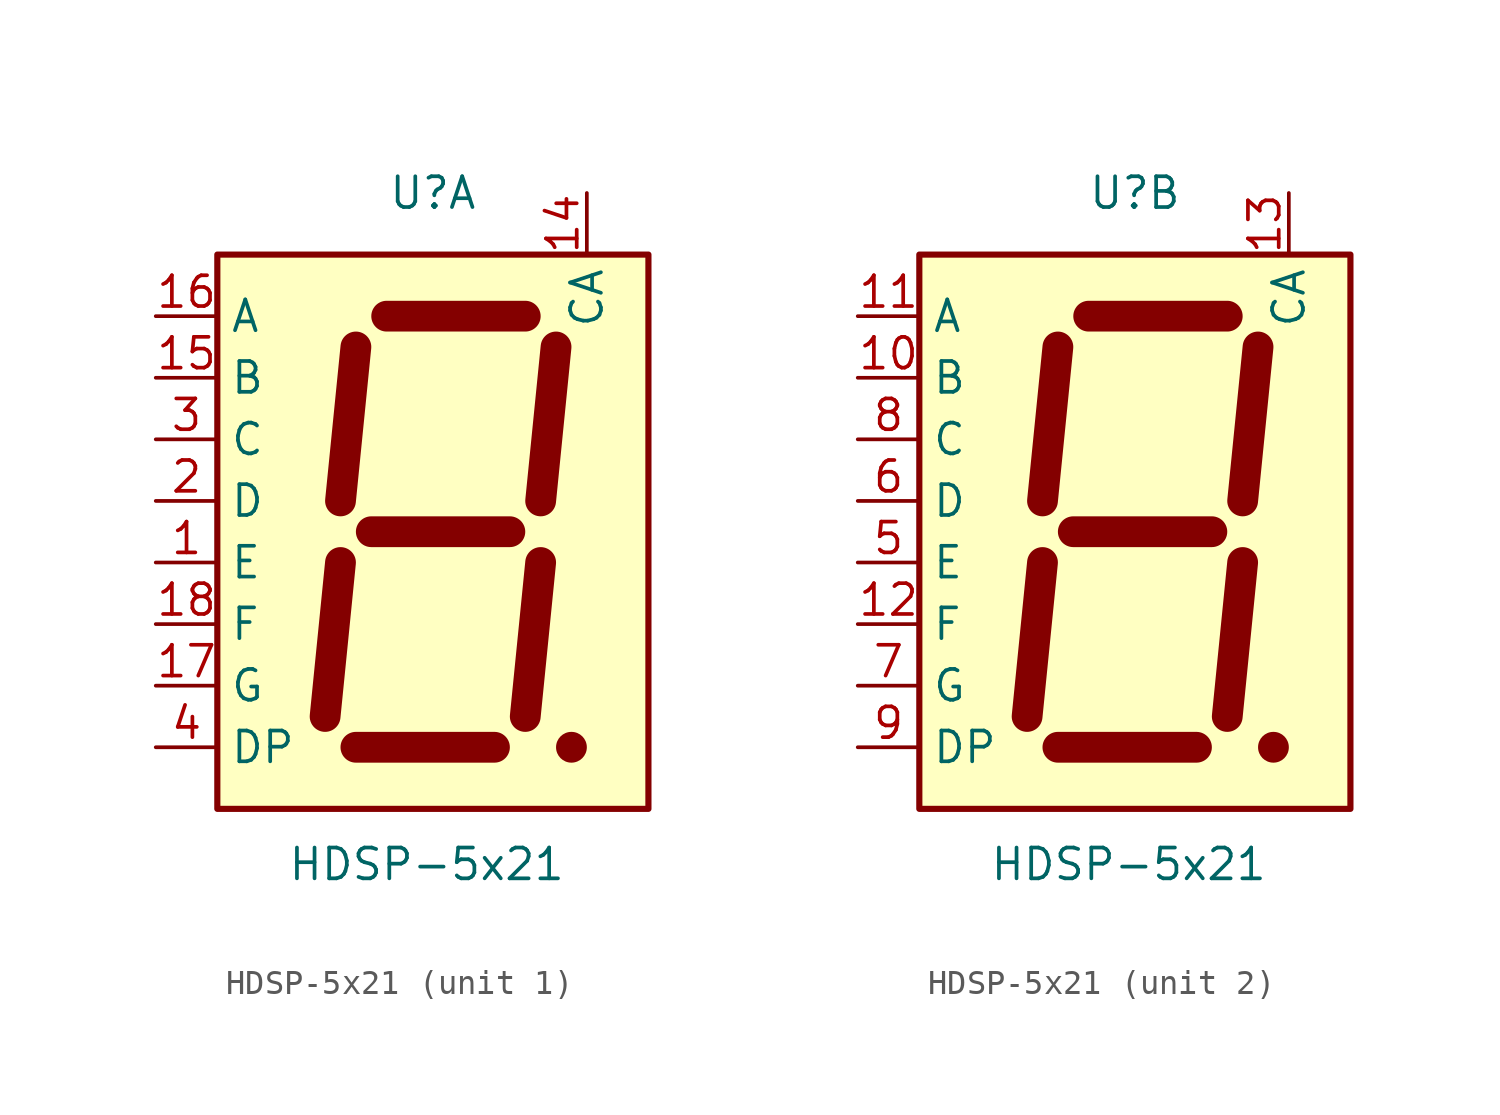
<source format=kicad_sym>
(kicad_symbol_lib
  (version 20231120)
  (generator "kicad_symbol_editor")
  (generator_version "8.0")
  (symbol "HDSP-5x21"
    (property "Reference" "U"
      (at 0 13.97 0)
      (effects (font (size 1.27 1.27))))
    (property "Value" "HDSP-5x21"
      (at -0.254 -13.716 0)
      (effects (font (size 1.27 1.27))))
    (symbol "HDSP-5x21_0_1"
      (rectangle (start -8.89 11.43) (end 8.89 -11.43) (stroke (width 0.254) (type default)) (fill (type background))))
    (symbol "HDSP-5x21_1_1"
      (polyline (pts (xy -4.445 -7.62) (xy -3.81 -1.27)) (stroke (width 1.27) (type default)) (fill (type none)))
      (polyline (pts (xy -3.81 1.27) (xy -3.175 7.62)) (stroke (width 1.27) (type default)) (fill (type none)))
      (polyline (pts (xy 2.54 -8.89) (xy -3.175 -8.89)) (stroke (width 1.27) (type default)) (fill (type none)))
      (polyline (pts (xy 3.175 0) (xy -2.54 0)) (stroke (width 1.27) (type default)) (fill (type none)))
      (polyline (pts (xy 3.81 -7.62) (xy 4.445 -1.27)) (stroke (width 1.27) (type default)) (fill (type none)))
      (polyline (pts (xy 3.81 8.89) (xy -1.905 8.89)) (stroke (width 1.27) (type default)) (fill (type none)))
      (polyline (pts (xy 4.445 1.27) (xy 5.08 7.62)) (stroke (width 1.27) (type default)) (fill (type none)))
      (circle (center 5.715 -8.89) (radius 0.635) (stroke (width -0.0001) (type default)) (fill (type outline)))
      (pin input line (at -11.43 -1.27 0) (length 2.54) (name "E" (effects (font (size 1.27 1.27)))) (number "1" (effects (font (size 1.27 1.27)))))
      (pin input line (at 6.35 13.97 270) (length 2.54) (name "CA" (effects (font (size 1.27 1.27)))) (number "14" (effects (font (size 1.27 1.27)))))
      (pin input line (at -11.43 6.35 0) (length 2.54) (name "B" (effects (font (size 1.27 1.27)))) (number "15" (effects (font (size 1.27 1.27)))))
      (pin input line (at -11.43 8.89 0) (length 2.54) (name "A" (effects (font (size 1.27 1.27)))) (number "16" (effects (font (size 1.27 1.27)))))
      (pin input line (at -11.43 -6.35 0) (length 2.54) (name "G" (effects (font (size 1.27 1.27)))) (number "17" (effects (font (size 1.27 1.27)))))
      (pin input line (at -11.43 -3.81 0) (length 2.54) (name "F" (effects (font (size 1.27 1.27)))) (number "18" (effects (font (size 1.27 1.27)))))
      (pin input line (at -11.43 1.27 0) (length 2.54) (name "D" (effects (font (size 1.27 1.27)))) (number "2" (effects (font (size 1.27 1.27)))))
      (pin input line (at -11.43 3.81 0) (length 2.54) (name "C" (effects (font (size 1.27 1.27)))) (number "3" (effects (font (size 1.27 1.27)))))
      (pin input line (at -11.43 -8.89 0) (length 2.54) (name "DP" (effects (font (size 1.27 1.27)))) (number "4" (effects (font (size 1.27 1.27))))))
    (symbol "HDSP-5x21_2_1"
      (polyline (pts (xy -4.445 -7.62) (xy -3.81 -1.27)) (stroke (width 1.27) (type default)) (fill (type none)))
      (polyline (pts (xy -3.81 1.27) (xy -3.175 7.62)) (stroke (width 1.27) (type default)) (fill (type none)))
      (polyline (pts (xy 2.54 -8.89) (xy -3.175 -8.89)) (stroke (width 1.27) (type default)) (fill (type none)))
      (polyline (pts (xy 3.175 0) (xy -2.54 0)) (stroke (width 1.27) (type default)) (fill (type none)))
      (polyline (pts (xy 3.81 -7.62) (xy 4.445 -1.27)) (stroke (width 1.27) (type default)) (fill (type none)))
      (polyline (pts (xy 3.81 8.89) (xy -1.905 8.89)) (stroke (width 1.27) (type default)) (fill (type none)))
      (polyline (pts (xy 4.445 1.27) (xy 5.08 7.62)) (stroke (width 1.27) (type default)) (fill (type none)))
      (circle (center 5.715 -8.89) (radius 0.635) (stroke (width -0.0001) (type default)) (fill (type outline)))
      (pin input line (at -11.43 6.35 0) (length 2.54) (name "B" (effects (font (size 1.27 1.27)))) (number "10" (effects (font (size 1.27 1.27)))))
      (pin input line (at -11.43 8.89 0) (length 2.54) (name "A" (effects (font (size 1.27 1.27)))) (number "11" (effects (font (size 1.27 1.27)))))
      (pin input line (at -11.43 -3.81 0) (length 2.54) (name "F" (effects (font (size 1.27 1.27)))) (number "12" (effects (font (size 1.27 1.27)))))
      (pin input line (at 6.35 13.97 270) (length 2.54) (name "CA" (effects (font (size 1.27 1.27)))) (number "13" (effects (font (size 1.27 1.27)))))
      (pin input line (at -11.43 -1.27 0) (length 2.54) (name "E" (effects (font (size 1.27 1.27)))) (number "5" (effects (font (size 1.27 1.27)))))
      (pin input line (at -11.43 1.27 0) (length 2.54) (name "D" (effects (font (size 1.27 1.27)))) (number "6" (effects (font (size 1.27 1.27)))))
      (pin input line (at -11.43 -6.35 0) (length 2.54) (name "G" (effects (font (size 1.27 1.27)))) (number "7" (effects (font (size 1.27 1.27)))))
      (pin input line (at -11.43 3.81 0) (length 2.54) (name "C" (effects (font (size 1.27 1.27)))) (number "8" (effects (font (size 1.27 1.27)))))
      (pin input line (at -11.43 -8.89 0) (length 2.54) (name "DP" (effects (font (size 1.27 1.27)))) (number "9" (effects (font (size 1.27 1.27))))))))
</source>
